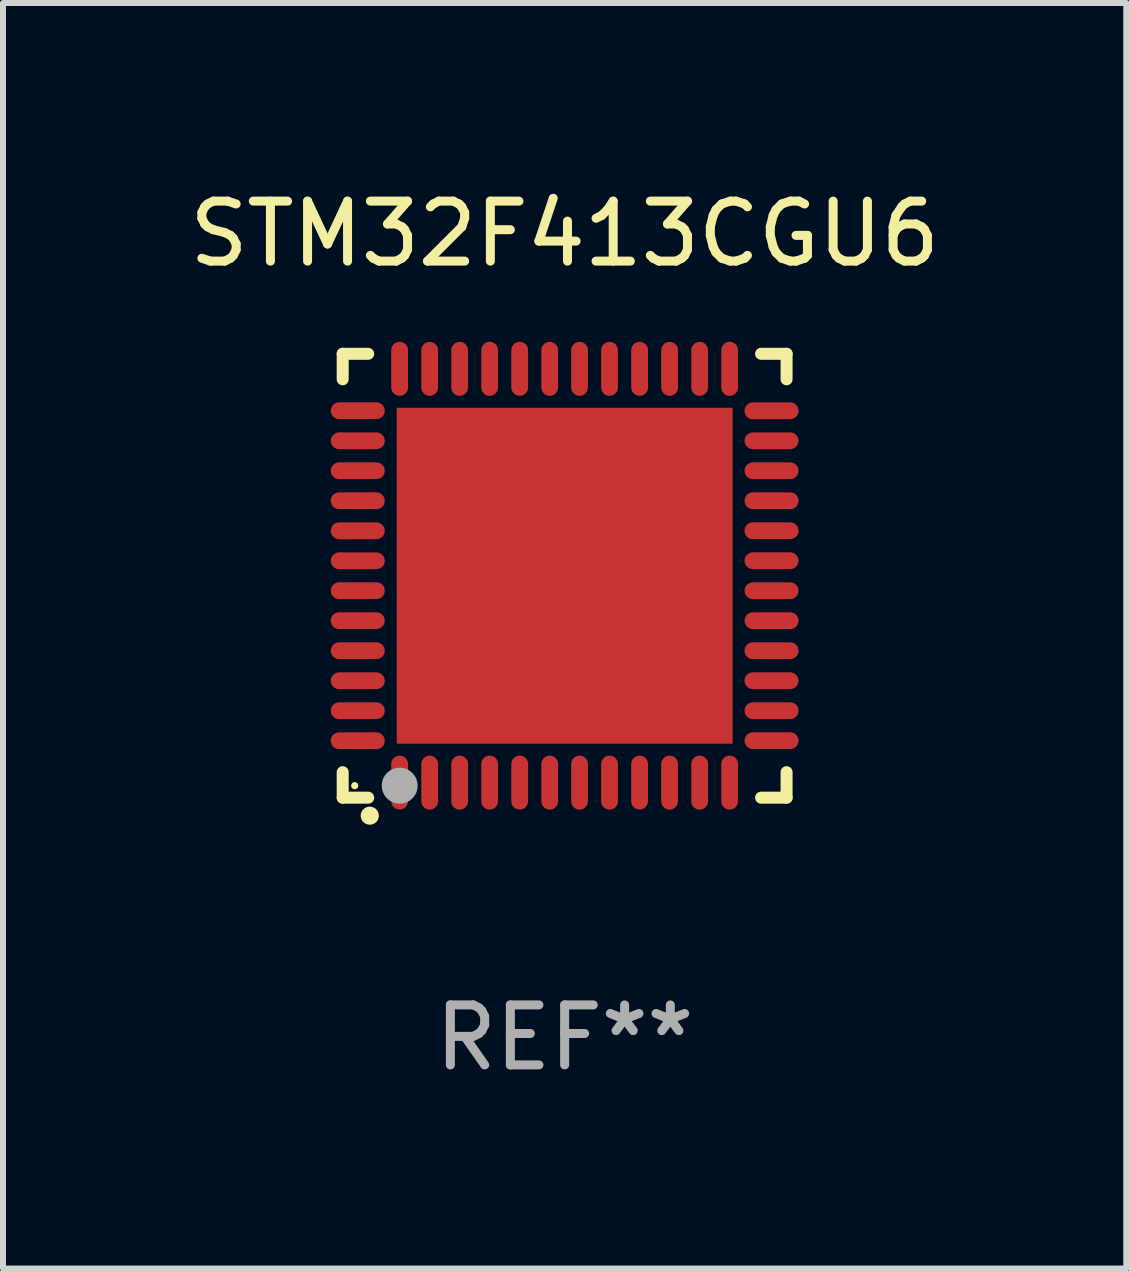
<source format=kicad_pcb>
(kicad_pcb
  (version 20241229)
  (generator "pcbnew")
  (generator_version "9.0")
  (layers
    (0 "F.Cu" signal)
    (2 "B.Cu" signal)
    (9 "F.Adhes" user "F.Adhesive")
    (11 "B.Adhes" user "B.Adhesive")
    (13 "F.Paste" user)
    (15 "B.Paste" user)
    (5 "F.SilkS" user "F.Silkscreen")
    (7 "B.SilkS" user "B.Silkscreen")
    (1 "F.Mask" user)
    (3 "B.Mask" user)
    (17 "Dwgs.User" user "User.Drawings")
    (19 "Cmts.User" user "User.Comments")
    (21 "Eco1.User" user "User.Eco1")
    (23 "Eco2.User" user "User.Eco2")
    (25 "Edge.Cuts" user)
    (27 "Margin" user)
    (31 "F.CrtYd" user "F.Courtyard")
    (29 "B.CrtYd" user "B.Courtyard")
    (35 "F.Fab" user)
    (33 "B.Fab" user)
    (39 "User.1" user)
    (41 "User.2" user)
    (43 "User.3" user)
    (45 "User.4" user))
  (footprint "STM32F413CGU6"
    (layer "F.Cu")
    (at 6.363 6.548)
    (property "Reference" "STM32F413CGU6" (at 0 -5.7 0) (layer "F.SilkS") (effects (font (size 1 1) (thickness 0.15))))
    (attr through_hole)
    (fp_line (start -3.7 -3.7) (end -3.275 -3.7) (stroke (width 0.2) (type solid)) (layer "F.SilkS"))
    (fp_line (start -3.7 -3.275) (end -3.7 -3.7) (stroke (width 0.2) (type solid)) (layer "F.SilkS"))
    (fp_line (start -3.7 3.7) (end -3.7 3.275) (stroke (width 0.2) (type solid)) (layer "F.SilkS"))
    (fp_line (start -3.275 3.7) (end -3.7 3.7) (stroke (width 0.2) (type solid)) (layer "F.SilkS"))
    (fp_line (start 3.7 -3.7) (end 3.275 -3.7) (stroke (width 0.2) (type solid)) (layer "F.SilkS"))
    (fp_line (start 3.7 -3.275) (end 3.7 -3.7) (stroke (width 0.2) (type solid)) (layer "F.SilkS"))
    (fp_line (start 3.7 3.275) (end 3.7 3.7) (stroke (width 0.2) (type solid)) (layer "F.SilkS"))
    (fp_line (start 3.7 3.7) (end 3.275 3.7) (stroke (width 0.2) (type solid)) (layer "F.SilkS"))
    (fp_arc (start -3.249936 3.999975) (mid -3.248666 3.99997) (end -3.247396 3.999975) (stroke (width 0.3) (type solid)) (layer "F.SilkS"))
    (fp_circle (center -3.5 3.5) (end -3.47 3.5) (stroke (width 0.06) (type solid)) (fill no) (layer "F.SilkS"))
    (fp_circle (center -2.75 3.5) (end -2.6 3.5) (stroke (width 0.3) (type solid)) (fill no) (layer "F.Fab"))
    (fp_text user "REF**" (at 0 7.7 0) (layer "F.Fab") (effects (font (size 1 1) (thickness 0.15))))
    (pad "1" smd oval (at -2.751 3.449) (size 0.28 0.9) (layers "F.Cu" "F.Mask" "F.Paste"))
    (pad "2" smd oval (at -2.25 3.449) (size 0.28 0.9) (layers "F.Cu" "F.Mask" "F.Paste"))
    (pad "3" smd oval (at -1.75 3.449) (size 0.28 0.9) (layers "F.Cu" "F.Mask" "F.Paste"))
    (pad "4" smd oval (at -1.25 3.449) (size 0.28 0.9) (layers "F.Cu" "F.Mask" "F.Paste"))
    (pad "5" smd oval (at -0.749 3.449) (size 0.28 0.9) (layers "F.Cu" "F.Mask" "F.Paste"))
    (pad "6" smd oval (at -0.249 3.449) (size 0.28 0.9) (layers "F.Cu" "F.Mask" "F.Paste"))
    (pad "7" smd oval (at 0.249 3.449) (size 0.28 0.9) (layers "F.Cu" "F.Mask" "F.Paste"))
    (pad "8" smd oval (at 0.749 3.449) (size 0.28 0.9) (layers "F.Cu" "F.Mask" "F.Paste"))
    (pad "9" smd oval (at 1.25 3.449) (size 0.28 0.9) (layers "F.Cu" "F.Mask" "F.Paste"))
    (pad "10" smd oval (at 1.75 3.449) (size 0.28 0.9) (layers "F.Cu" "F.Mask" "F.Paste"))
    (pad "11" smd oval (at 2.251 3.449) (size 0.28 0.9) (layers "F.Cu" "F.Mask" "F.Paste"))
    (pad "12" smd oval (at 2.751 3.449) (size 0.28 0.9) (layers "F.Cu" "F.Mask" "F.Paste"))
    (pad "13" smd oval (at 3.449 2.75) (size 0.9 0.28) (layers "F.Cu" "F.Mask" "F.Paste"))
    (pad "14" smd oval (at 3.449 2.25) (size 0.9 0.28) (layers "F.Cu" "F.Mask" "F.Paste"))
    (pad "15" smd oval (at 3.449 1.75) (size 0.9 0.28) (layers "F.Cu" "F.Mask" "F.Paste"))
    (pad "16" smd oval (at 3.449 1.25) (size 0.9 0.28) (layers "F.Cu" "F.Mask" "F.Paste"))
    (pad "17" smd oval (at 3.449 0.75) (size 0.9 0.28) (layers "F.Cu" "F.Mask" "F.Paste"))
    (pad "18" smd oval (at 3.449 0.25) (size 0.9 0.28) (layers "F.Cu" "F.Mask" "F.Paste"))
    (pad "19" smd oval (at 3.449 -0.25) (size 0.9 0.28) (layers "F.Cu" "F.Mask" "F.Paste"))
    (pad "20" smd oval (at 3.449 -0.75) (size 0.9 0.28) (layers "F.Cu" "F.Mask" "F.Paste"))
    (pad "21" smd oval (at 3.449 -1.25) (size 0.9 0.28) (layers "F.Cu" "F.Mask" "F.Paste"))
    (pad "22" smd oval (at 3.449 -1.75) (size 0.9 0.28) (layers "F.Cu" "F.Mask" "F.Paste"))
    (pad "23" smd oval (at 3.449 -2.25) (size 0.9 0.28) (layers "F.Cu" "F.Mask" "F.Paste"))
    (pad "24" smd oval (at 3.449 -2.75) (size 0.9 0.28) (layers "F.Cu" "F.Mask" "F.Paste"))
    (pad "25" smd oval (at 2.751 -3.449) (size 0.28 0.9) (layers "F.Cu" "F.Mask" "F.Paste"))
    (pad "26" smd oval (at 2.251 -3.449) (size 0.28 0.9) (layers "F.Cu" "F.Mask" "F.Paste"))
    (pad "27" smd oval (at 1.75 -3.449) (size 0.28 0.9) (layers "F.Cu" "F.Mask" "F.Paste"))
    (pad "28" smd oval (at 1.25 -3.449) (size 0.28 0.9) (layers "F.Cu" "F.Mask" "F.Paste"))
    (pad "29" smd oval (at 0.749 -3.449) (size 0.28 0.9) (layers "F.Cu" "F.Mask" "F.Paste"))
    (pad "30" smd oval (at 0.249 -3.449) (size 0.28 0.9) (layers "F.Cu" "F.Mask" "F.Paste"))
    (pad "31" smd oval (at -0.249 -3.449) (size 0.28 0.9) (layers "F.Cu" "F.Mask" "F.Paste"))
    (pad "32" smd oval (at -0.749 -3.449) (size 0.28 0.9) (layers "F.Cu" "F.Mask" "F.Paste"))
    (pad "33" smd oval (at -1.25 -3.449) (size 0.28 0.9) (layers "F.Cu" "F.Mask" "F.Paste"))
    (pad "34" smd oval (at -1.75 -3.449) (size 0.28 0.9) (layers "F.Cu" "F.Mask" "F.Paste"))
    (pad "35" smd oval (at -2.25 -3.449) (size 0.28 0.9) (layers "F.Cu" "F.Mask" "F.Paste"))
    (pad "36" smd oval (at -2.751 -3.449) (size 0.28 0.9) (layers "F.Cu" "F.Mask" "F.Paste"))
    (pad "37" smd oval (at -3.449 -2.751) (size 0.9 0.28) (layers "F.Cu" "F.Mask" "F.Paste"))
    (pad "38" smd oval (at -3.449 -2.25) (size 0.9 0.28) (layers "F.Cu" "F.Mask" "F.Paste"))
    (pad "39" smd oval (at -3.449 -1.75) (size 0.9 0.28) (layers "F.Cu" "F.Mask" "F.Paste"))
    (pad "40" smd oval (at -3.449 -1.25) (size 0.9 0.28) (layers "F.Cu" "F.Mask" "F.Paste"))
    (pad "41" smd oval (at -3.449 -0.749) (size 0.9 0.28) (layers "F.Cu" "F.Mask" "F.Paste"))
    (pad "42" smd oval (at -3.449 -0.249) (size 0.9 0.28) (layers "F.Cu" "F.Mask" "F.Paste"))
    (pad "43" smd oval (at -3.449 0.249) (size 0.9 0.28) (layers "F.Cu" "F.Mask" "F.Paste"))
    (pad "44" smd oval (at -3.449 0.749) (size 0.9 0.28) (layers "F.Cu" "F.Mask" "F.Paste"))
    (pad "45" smd oval (at -3.449 1.25) (size 0.9 0.28) (layers "F.Cu" "F.Mask" "F.Paste"))
    (pad "46" smd oval (at -3.449 1.75) (size 0.9 0.28) (layers "F.Cu" "F.Mask" "F.Paste"))
    (pad "47" smd oval (at -3.449 2.25) (size 0.9 0.28) (layers "F.Cu" "F.Mask" "F.Paste"))
    (pad "48" smd oval (at -3.449 2.751) (size 0.9 0.28) (layers "F.Cu" "F.Mask" "F.Paste"))
    (pad "49" smd rect (at 0.000076 -0.000025) (size 5.6 5.6) (layers "F.Cu" "F.Mask" "F.Paste")))
  (gr_rect
    (start -3 -3)
    (end 15.726 18.097)
    (stroke (width 0.1) (type default))
    (fill no)
    (layer "Edge.Cuts")))
</source>
